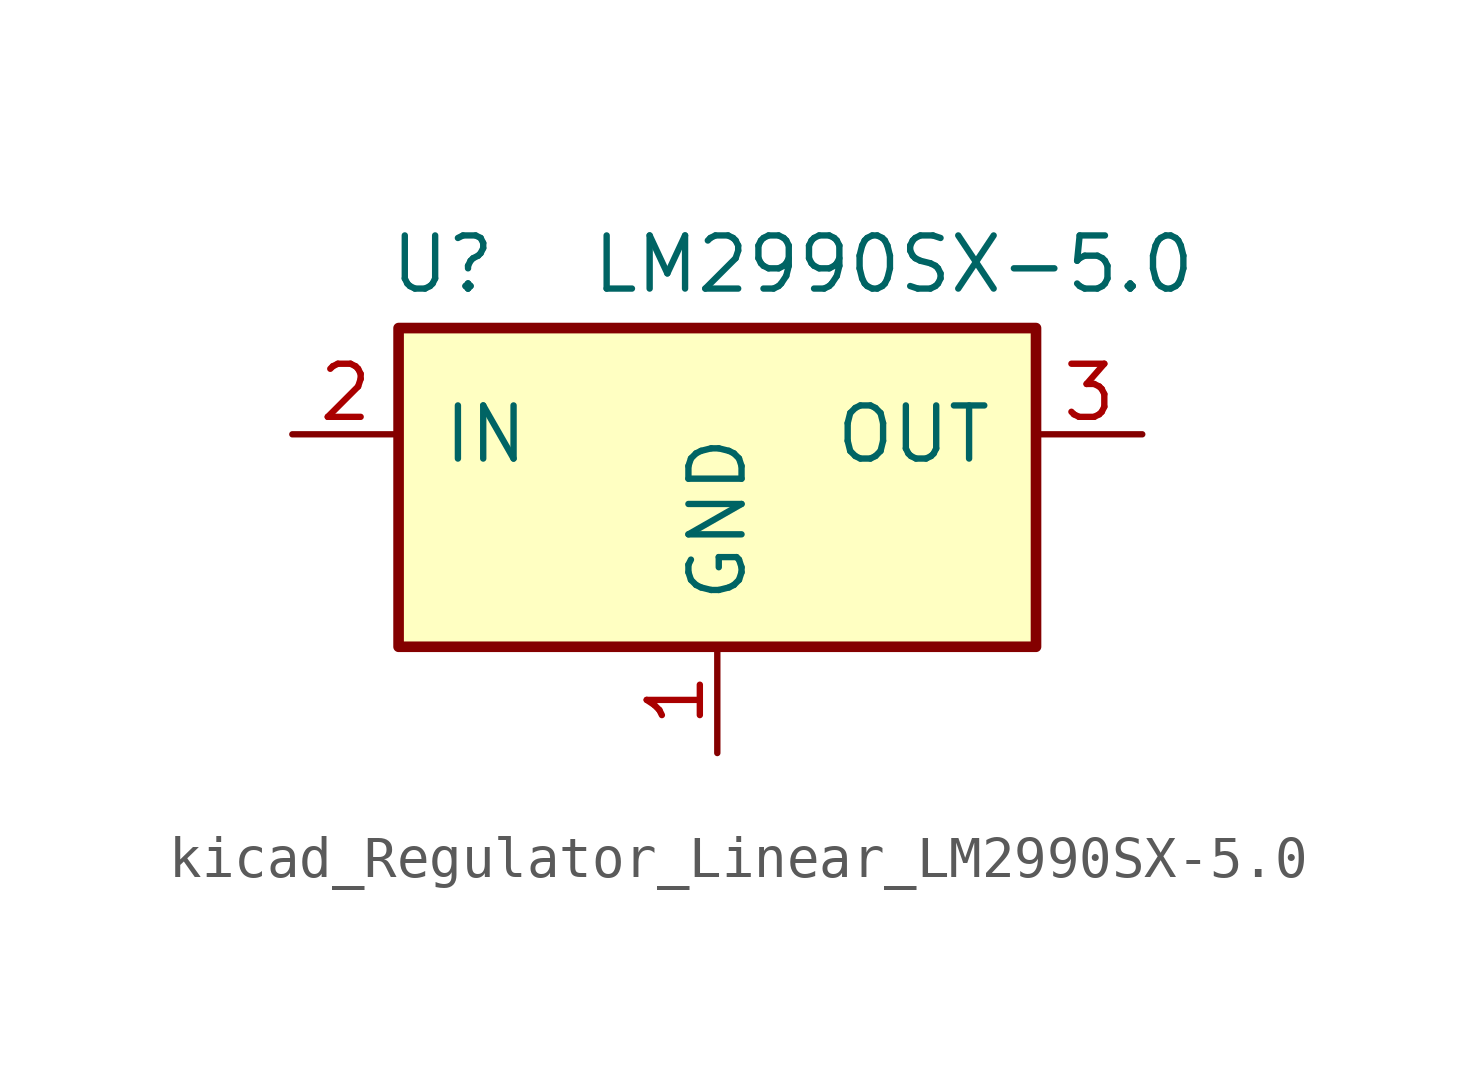
<source format=kicad_sym>
(kicad_symbol_lib
  (version 20220914)
  (generator kicad_symbol_editor)
  (symbol "kicad_Regulator_Linear_LM2990SX-5.0"
    (pin_names
      (offset 1.016))
    (property "Reference" "U"
      (at -7.874 4.064 0)
      (effects (font (size 1.27 1.27)) (justify left)))
    (property "Value" "LM2990SX-5.0"
      (at -3.048 4.064 0)
      (effects (font (size 1.27 1.27)) (justify left)))
    (symbol "kicad_Regulator_Linear_LM2990SX-5.0_0_1"
      (rectangle (start -7.62 2.54) (end 7.62 -5.08) (stroke (width 0.254) (type default)) (fill (type background))))
    (symbol "kicad_Regulator_Linear_LM2990SX-5.0_1_1"
      (pin power_in line (at 0 -7.62 90) (length 2.54) (name "GND" (effects (font (size 1.27 1.27)))) (number "1" (effects (font (size 1.27 1.27)))))
      (pin power_in line (at -10.16 0 0) (length 2.54) (name "IN" (effects (font (size 1.27 1.27)))) (number "2" (effects (font (size 1.27 1.27)))))
      (pin power_out line (at 10.16 0 180) (length 2.54) (name "OUT" (effects (font (size 1.27 1.27)))) (number "3" (effects (font (size 1.27 1.27))))))))
</source>
